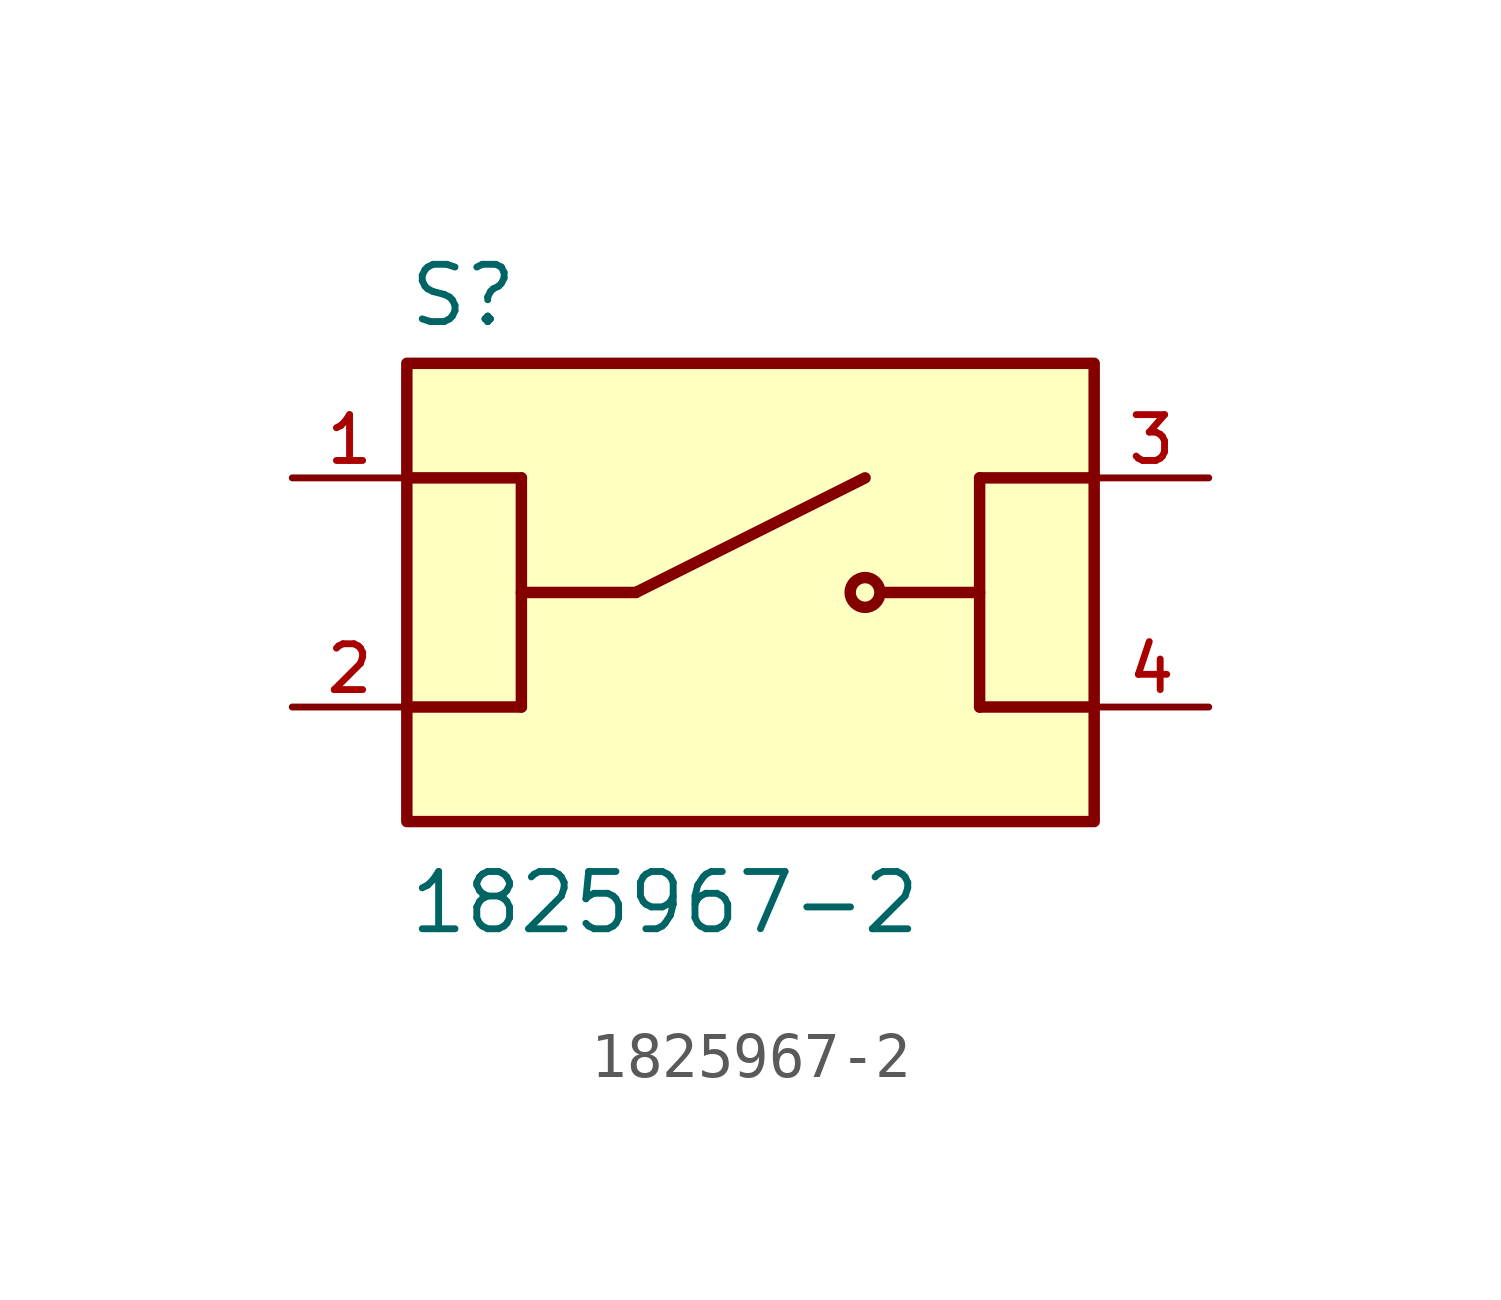
<source format=kicad_sym>
(kicad_symbol_lib
  (version 20211014)
  (generator kicad_symbol_editor)
  (symbol "1825967-2"
    (pin_names
      (offset 1.016))
    (property "Reference" "S"
      (at -7.62 5.842 0)
      (effects (font (size 1.27 1.27)) (justify bottom left)))
    (property "Value" "1825967-2"
      (at -7.62 -7.62 0)
      (effects (font (size 1.27 1.27)) (justify bottom left)))
    (symbol "1825967-2_0_0"
      (polyline (pts (xy -2.54 0.0) (xy 2.54 2.54)) (stroke (width 0.254)))
      (circle (center 2.54 0.0) (radius 0.33) (stroke (width 0.254)) (fill (type none)))
      (polyline (pts (xy 5.08 0.0) (xy 2.921 0.0)) (stroke (width 0.254)))
      (polyline (pts (xy -2.54 0.0) (xy -5.08 0.0)) (stroke (width 0.254)))
      (polyline (pts (xy -7.62 2.54) (xy -5.08 2.54)) (stroke (width 0.254)))
      (polyline (pts (xy -5.08 2.54) (xy -5.08 -2.54)) (stroke (width 0.254)))
      (polyline (pts (xy -5.08 -2.54) (xy -7.62 -2.54)) (stroke (width 0.254)))
      (polyline (pts (xy 7.62 2.54) (xy 5.08 2.54)) (stroke (width 0.254)))
      (polyline (pts (xy 5.08 2.54) (xy 5.08 -2.54)) (stroke (width 0.254)))
      (polyline (pts (xy 5.08 -2.54) (xy 7.62 -2.54)) (stroke (width 0.254)))
      (rectangle (start -7.62 -5.08) (end 7.62 5.08) (stroke (width 0.254)) (fill (type background)))
      (pin passive line (at -10.16 2.54 0) (length 2.54) (name "~" (effects (font (size 1.016 1.016)))) (number "1" (effects (font (size 1.016 1.016)))))
      (pin passive line (at 10.16 2.54 180.0) (length 2.54) (name "~" (effects (font (size 1.016 1.016)))) (number "3" (effects (font (size 1.016 1.016)))))
      (pin passive line (at -10.16 -2.54 0) (length 2.54) (name "~" (effects (font (size 1.016 1.016)))) (number "2" (effects (font (size 1.016 1.016)))))
      (pin passive line (at 10.16 -2.54 180.0) (length 2.54) (name "~" (effects (font (size 1.016 1.016)))) (number "4" (effects (font (size 1.016 1.016))))))))
</source>
